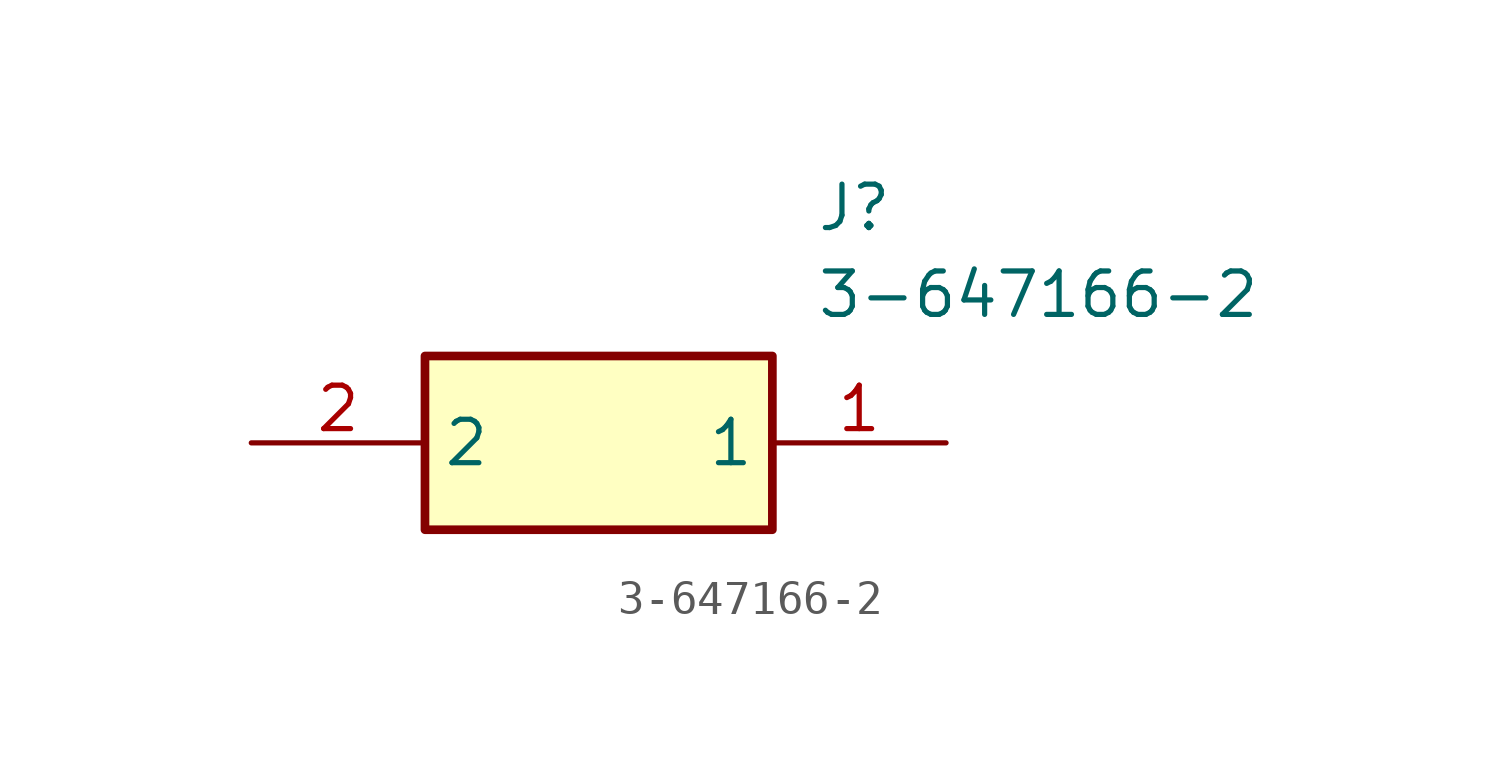
<source format=kicad_sym>
(kicad_symbol_lib
  (version 20211014)
  (generator SamacSys_ECAD_Model)
  (symbol "3-647166-2"
    (property "Reference" "J"
      (at 16.51 7.62 0)
      (effects (font (size 1.27 1.27)) (justify left top)))
    (property "Value" "3-647166-2"
      (at 16.51 5.08 0)
      (effects (font (size 1.27 1.27)) (justify left top)))
    (rectangle
      (start 5.08 2.54)
      (end 15.24 -2.54)
      (stroke (width 0.254) (type default))
      (fill (type background)))
    (pin passive line
      (at 20.32 0 180)
      (length 5.08)
      (name "1" (effects (font (size 1.27 1.27))))
      (number "1" (effects (font (size 1.27 1.27)))))
    (pin passive line
      (at 0 0 0)
      (length 5.08)
      (name "2" (effects (font (size 1.27 1.27))))
      (number "2" (effects (font (size 1.27 1.27)))))))
</source>
